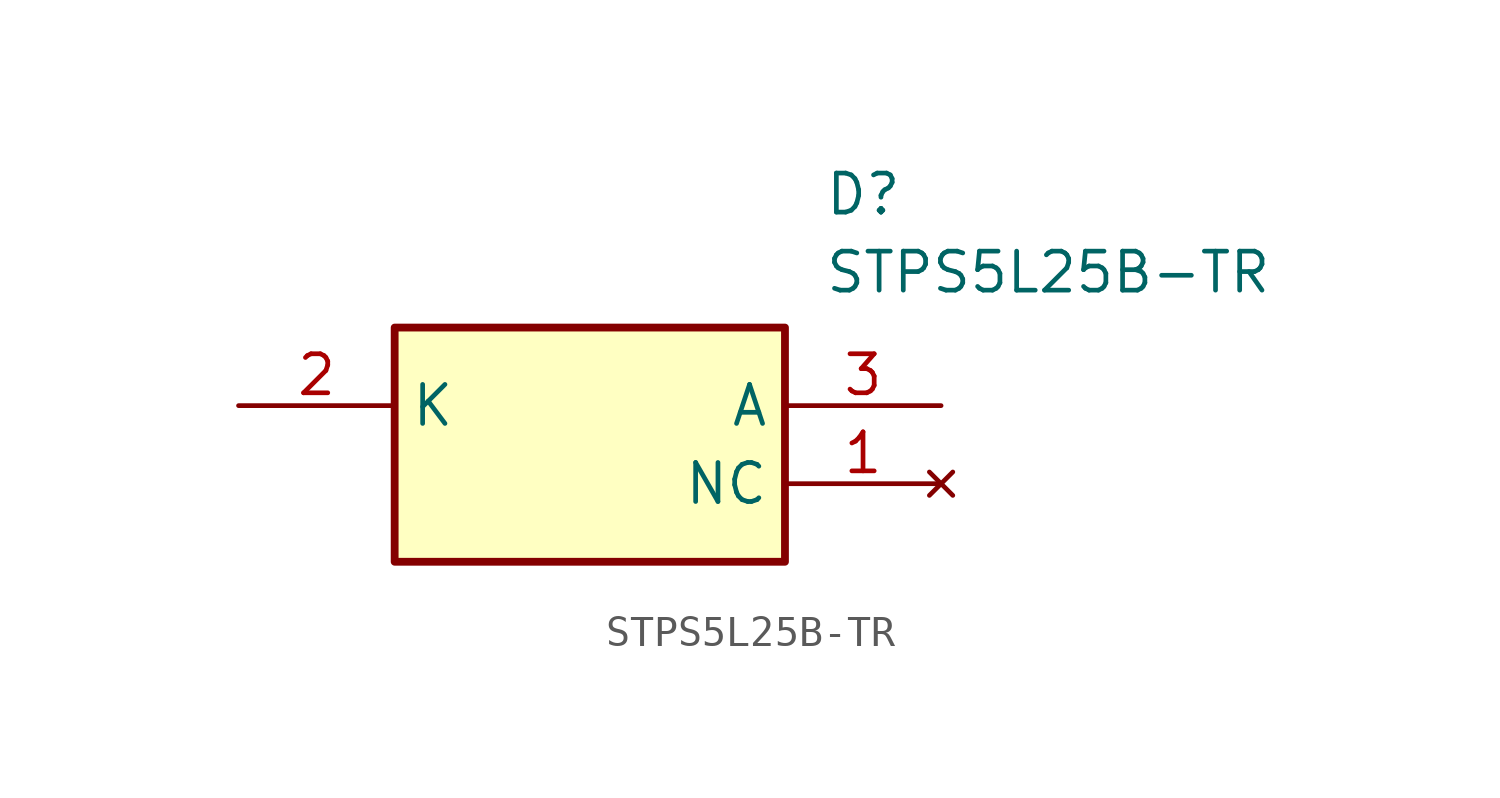
<source format=kicad_sym>
(kicad_symbol_lib
  (version 20211014)
  (generator SamacSys_ECAD_Model)
  (symbol "STPS5L25B-TR"
    (property "Reference" "D"
      (at 19.05 7.62 0)
      (effects (font (size 1.27 1.27)) (justify left top)))
    (property "Value" "STPS5L25B-TR"
      (at 19.05 5.08 0)
      (effects (font (size 1.27 1.27)) (justify left top)))
    (rectangle
      (start 5.08 2.54)
      (end 17.78 -5.08)
      (stroke (width 0.254) (type default))
      (fill (type background)))
    (pin no_connect line
      (at 22.86 -2.54 180)
      (length 5.08)
      (name "NC" (effects (font (size 1.27 1.27))))
      (number "1" (effects (font (size 1.27 1.27)))))
    (pin passive line
      (at 0 0 0)
      (length 5.08)
      (name "K" (effects (font (size 1.27 1.27))))
      (number "2" (effects (font (size 1.27 1.27)))))
    (pin passive line
      (at 22.86 0 180)
      (length 5.08)
      (name "A" (effects (font (size 1.27 1.27))))
      (number "3" (effects (font (size 1.27 1.27)))))))
</source>
